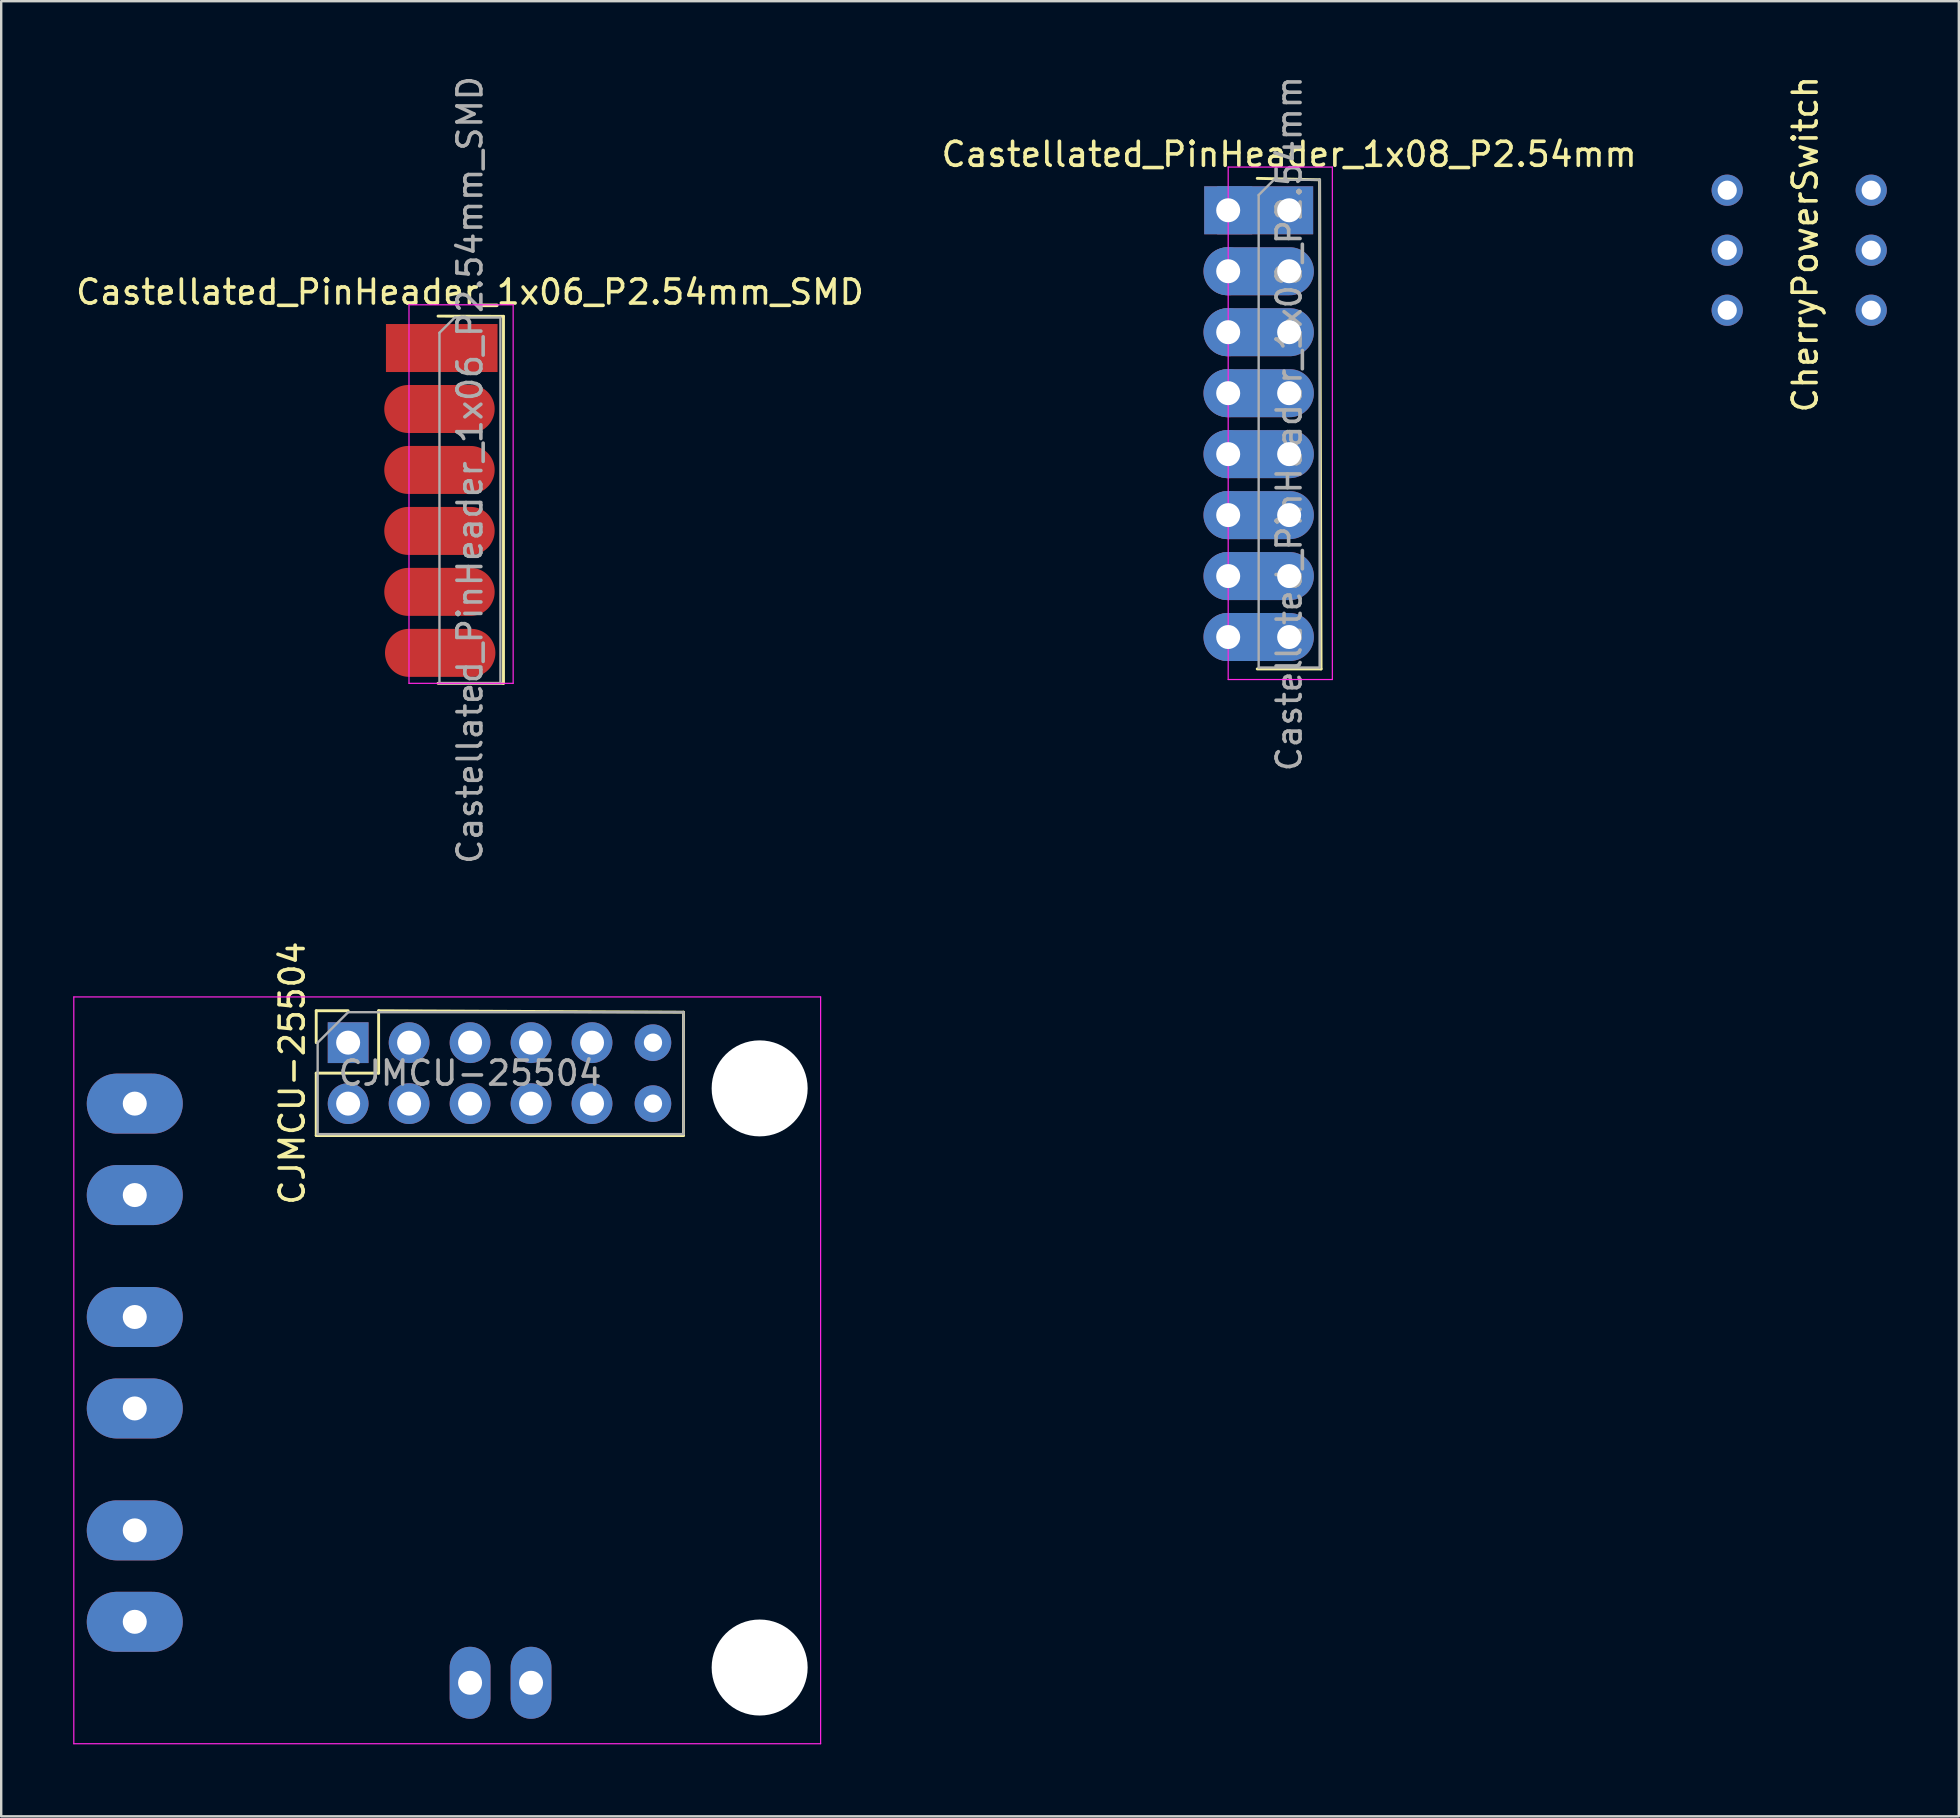
<source format=kicad_pcb>
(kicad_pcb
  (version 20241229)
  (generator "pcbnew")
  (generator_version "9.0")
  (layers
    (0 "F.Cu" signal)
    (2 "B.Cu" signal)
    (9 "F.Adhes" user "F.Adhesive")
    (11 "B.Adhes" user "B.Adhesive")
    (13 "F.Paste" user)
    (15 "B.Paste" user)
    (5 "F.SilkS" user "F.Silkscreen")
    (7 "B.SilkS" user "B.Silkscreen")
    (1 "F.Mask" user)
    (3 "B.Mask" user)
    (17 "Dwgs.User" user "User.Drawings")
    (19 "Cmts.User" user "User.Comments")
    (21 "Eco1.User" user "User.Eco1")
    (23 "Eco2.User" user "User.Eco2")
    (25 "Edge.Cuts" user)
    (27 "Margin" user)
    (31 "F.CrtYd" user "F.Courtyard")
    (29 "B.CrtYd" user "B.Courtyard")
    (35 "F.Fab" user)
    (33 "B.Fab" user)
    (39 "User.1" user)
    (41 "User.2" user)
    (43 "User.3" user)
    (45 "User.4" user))
  (footprint "Castellated_PinHeader_1x08_P2.54mm"
    (layer "F.Cu")
    (at 50.661 5.711)
    (property "Reference" "Castellated_PinHeader_1x08_P2.54mm" (at 0 -2.33 0) (layer "F.SilkS") (effects (font (size 1 1) (thickness 0.15))))
    (attr through_hole)
    (fp_line (start -1.33 -1.33) (end 1.27 -1.27) (stroke (width 0.12) (type solid)) (layer "F.SilkS"))
    (fp_line (start -1.33 19.11) (end 1.33 19.11) (stroke (width 0.12) (type solid)) (layer "F.SilkS"))
    (fp_line (start 1.27 -1.27) (end 1.33 19.11) (stroke (width 0.12) (type solid)) (layer "F.SilkS"))
    (fp_line (start -2.54 -1.8) (end -2.54 19.55) (stroke (width 0.05) (type solid)) (layer "F.CrtYd"))
    (fp_line (start -2.54 19.55) (end 1.8 19.55) (stroke (width 0.05) (type solid)) (layer "F.CrtYd"))
    (fp_line (start 1.8 -1.8) (end -2.54 -1.8) (stroke (width 0.05) (type solid)) (layer "F.CrtYd"))
    (fp_line (start 1.8 19.55) (end 1.8 -1.8) (stroke (width 0.05) (type solid)) (layer "F.CrtYd"))
    (fp_line (start -1.27 -0.635) (end -0.635 -1.27) (stroke (width 0.1) (type solid)) (layer "F.Fab"))
    (fp_line (start -1.27 19.05) (end -1.27 -0.635) (stroke (width 0.1) (type solid)) (layer "F.Fab"))
    (fp_line (start -0.635 -1.27) (end 1.27 -1.27) (stroke (width 0.1) (type solid)) (layer "F.Fab"))
    (fp_line (start 1.27 -1.27) (end 1.27 19.05) (stroke (width 0.1) (type solid)) (layer "F.Fab"))
    (fp_line (start 1.27 19.05) (end -1.27 19.05) (stroke (width 0.1) (type solid)) (layer "F.Fab"))
    (fp_text user "${REFERENCE}" (at 0 8.89 90) (layer "F.Fab") (effects (font (size 1 1) (thickness 0.15))))
    (pad "1" thru_hole rect (at -2.54 0) (size 2 2) (drill 1) (layers "*.Cu" "*.Mask"))
    (pad "1" thru_hole rect (at 0 0) (size 4 2) (drill 1 (offset -1 0)) (layers "*.Cu" "*.Mask"))
    (pad "2" thru_hole oval (at -2.54 2.54) (size 2 2) (drill 1) (layers "*.Cu" "*.Mask"))
    (pad "2" thru_hole oval (at 0 2.54) (size 4.6 2) (drill 1 (offset -1.27 0)) (layers "*.Cu" "*.Mask"))
    (pad "3" thru_hole oval (at -2.54 5.08) (size 2 2) (drill 1) (layers "*.Cu" "*.Mask"))
    (pad "3" thru_hole oval (at 0 5.08) (size 4.6 2) (drill 1 (offset -1.27 0)) (layers "*.Cu" "*.Mask"))
    (pad "4" thru_hole oval (at -2.54 7.62) (size 2 2) (drill 1) (layers "*.Cu" "*.Mask"))
    (pad "4" thru_hole oval (at 0 7.62) (size 4.6 2) (drill 1 (offset -1.27 0)) (layers "*.Cu" "*.Mask"))
    (pad "5" thru_hole oval (at -2.54 10.16) (size 2 2) (drill 1) (layers "*.Cu" "*.Mask"))
    (pad "5" thru_hole oval (at 0 10.16) (size 4.6 2) (drill 1 (offset -1.27 0)) (layers "*.Cu" "*.Mask"))
    (pad "6" thru_hole oval (at -2.54 12.7) (size 2 2) (drill 1) (layers "*.Cu" "*.Mask"))
    (pad "6" thru_hole oval (at 0 12.7) (size 4.6 2) (drill 1 (offset -1.27 0)) (layers "*.Cu" "*.Mask"))
    (pad "7" thru_hole oval (at -2.54 15.24) (size 2 2) (drill 1) (layers "*.Cu" "*.Mask"))
    (pad "7" thru_hole oval (at 0 15.24) (size 4.6 2) (drill 1 (offset -1.27 0)) (layers "*.Cu" "*.Mask"))
    (pad "8" thru_hole oval (at -2.54 17.78) (size 2 2) (drill 1) (layers "*.Cu" "*.Mask"))
    (pad "8" thru_hole oval (at 0 17.78) (size 4.6 2) (drill 1 (offset -1.27 0)) (layers "*.Cu" "*.Mask")))
  (footprint "CJMCU-25504"
    (layer "F.Cu")
    (at 15.9 54.361)
    (property "Reference" "CJMCU-25504" (at -6.775 -12.7 270) (layer "F.SilkS") (effects (font (size 1 1) (thickness 0.15))))
    (attr through_hole)
    (fp_line (start -5.775 -15.3) (end -5.775 -13.97) (stroke (width 0.12) (type solid)) (layer "F.SilkS"))
    (fp_line (start -5.775 -12.7) (end -5.775 -10.1) (stroke (width 0.12) (type solid)) (layer "F.SilkS"))
    (fp_line (start -5.775 -10.1) (end 9.525 -10.1) (stroke (width 0.12) (type solid)) (layer "F.SilkS"))
    (fp_line (start -4.445 -15.3) (end -5.775 -15.3) (stroke (width 0.12) (type solid)) (layer "F.SilkS"))
    (fp_line (start -3.175 -15.3) (end -3.175 -12.7) (stroke (width 0.12) (type solid)) (layer "F.SilkS"))
    (fp_line (start -3.175 -15.3) (end 9.525 -15.24) (stroke (width 0.12) (type solid)) (layer "F.SilkS"))
    (fp_line (start -3.175 -12.7) (end -5.775 -12.7) (stroke (width 0.12) (type solid)) (layer "F.SilkS"))
    (fp_line (start 9.525 -15.24) (end 9.525 -10.1) (stroke (width 0.12) (type solid)) (layer "F.SilkS"))
    (fp_line (start -15.875 -15.875) (end 15.24 -15.875) (stroke (width 0.05) (type solid)) (layer "F.CrtYd"))
    (fp_line (start -15.875 15.24) (end -15.875 -15.875) (stroke (width 0.05) (type solid)) (layer "F.CrtYd"))
    (fp_line (start 15.24 -15.875) (end 15.24 15.24) (stroke (width 0.05) (type solid)) (layer "F.CrtYd"))
    (fp_line (start 15.24 15.24) (end -15.875 15.24) (stroke (width 0.05) (type solid)) (layer "F.CrtYd"))
    (fp_line (start -5.715 -13.97) (end -5.715 -10.16) (stroke (width 0.1) (type solid)) (layer "F.Fab"))
    (fp_line (start -5.715 -10.16) (end 9.525 -10.16) (stroke (width 0.1) (type solid)) (layer "F.Fab"))
    (fp_line (start -4.445 -15.24) (end -5.715 -13.97) (stroke (width 0.1) (type solid)) (layer "F.Fab"))
    (fp_line (start 9.525 -15.24) (end -4.445 -15.24) (stroke (width 0.1) (type solid)) (layer "F.Fab"))
    (fp_line (start 9.525 -10.16) (end 9.525 -15.24) (stroke (width 0.1) (type solid)) (layer "F.Fab"))
    (fp_text user "${REFERENCE}" (at 0.635 -12.7 0) (layer "F.Fab") (effects (font (size 1 1) (thickness 0.15))))
    (pad "" np_thru_hole circle (at 12.7 -12.065 180) (size 4 4) (drill 4) (layers "*.Cu" "*.Mask"))
    (pad "" np_thru_hole circle (at 12.7 12.065 180) (size 4 4) (drill 4) (layers "*.Cu" "*.Mask"))
    (pad "1" thru_hole rect (at -4.445 -13.97 90) (size 1.7 1.7) (drill 1) (layers "*.Cu" "*.Mask"))
    (pad "2" thru_hole oval (at -4.445 -11.43 90) (size 1.7 1.7) (drill 1) (layers "*.Cu" "*.Mask"))
    (pad "3" thru_hole oval (at -1.905 -13.97 90) (size 1.7 1.7) (drill 1) (layers "*.Cu" "*.Mask"))
    (pad "4" thru_hole oval (at -1.905 -11.43 90) (size 1.7 1.7) (drill 1) (layers "*.Cu" "*.Mask"))
    (pad "5" thru_hole oval (at 0.635 -13.97 90) (size 1.7 1.7) (drill 1) (layers "*.Cu" "*.Mask"))
    (pad "6" thru_hole oval (at 0.635 -11.43 90) (size 1.7 1.7) (drill 1) (layers "*.Cu" "*.Mask"))
    (pad "7" thru_hole oval (at 3.175 -13.97 90) (size 1.7 1.7) (drill 1) (layers "*.Cu" "*.Mask"))
    (pad "8" thru_hole oval (at 3.175 -11.43 90) (size 1.7 1.7) (drill 1) (layers "*.Cu" "*.Mask"))
    (pad "9" thru_hole oval (at 5.715 -13.97 90) (size 1.7 1.7) (drill 1) (layers "*.Cu" "*.Mask"))
    (pad "10" thru_hole oval (at 5.715 -11.43 90) (size 1.7 1.7) (drill 1) (layers "*.Cu" "*.Mask"))
    (pad "11" thru_hole circle (at 8.255 -13.97 180) (size 1.524 1.524) (drill 0.762) (layers "*.Cu" "*.Mask"))
    (pad "12" thru_hole circle (at 8.255 -11.43 180) (size 1.524 1.524) (drill 0.762) (layers "*.Cu" "*.Mask"))
    (pad "13" thru_hole oval (at 0.635 12.7 180) (size 1.7 3) (drill 1) (layers "*.Cu" "*.Mask"))
    (pad "14" thru_hole oval (at 3.175 12.7 180) (size 1.7 3) (drill 1) (layers "*.Cu" "*.Mask"))
    (pad "15" thru_hole oval (at -13.335 -11.43 180) (size 4 2.5) (drill 1) (layers "*.Cu" "*.Mask"))
    (pad "16" thru_hole oval (at -13.335 -7.62 180) (size 4 2.5) (drill 1) (layers "*.Cu" "*.Mask"))
    (pad "17" thru_hole oval (at -13.335 -2.54 180) (size 4 2.5) (drill 1) (layers "*.Cu" "*.Mask"))
    (pad "18" thru_hole oval (at -13.335 1.27 180) (size 4 2.5) (drill 1) (layers "*.Cu" "*.Mask"))
    (pad "19" thru_hole oval (at -13.335 6.35 180) (size 4 2.5) (drill 1) (layers "*.Cu" "*.Mask"))
    (pad "20" thru_hole oval (at -13.335 10.16 180) (size 4 2.5) (drill 1) (layers "*.Cu" "*.Mask")))
  (footprint "CherryPowerSwitch"
    (layer "F.Cu")
    (at 68.912 9.875)
    (property "Reference" "CherryPowerSwitch" (at 3.25 -2.75 90) (layer "F.SilkS") (effects (font (size 1 1) (thickness 0.15))))
    (attr through_hole)
    (pad "1" thru_hole circle (at 0 0) (size 1.3 1.3) (drill 0.8) (layers "*.Cu" "*.Mask"))
    (pad "1" thru_hole circle (at 6 0) (size 1.3 1.3) (drill 0.8) (layers "*.Cu" "*.Mask"))
    (pad "2" thru_hole circle (at 0 -2.5) (size 1.3 1.3) (drill 0.8) (layers "*.Cu" "*.Mask"))
    (pad "2" thru_hole circle (at 6 -2.5) (size 1.3 1.3) (drill 0.8) (layers "*.Cu" "*.Mask"))
    (pad "3" thru_hole circle (at 0 -5) (size 1.3 1.3) (drill 0.8) (layers "*.Cu" "*.Mask"))
    (pad "3" thru_hole circle (at 6 -5) (size 1.3 1.3) (drill 0.8) (layers "*.Cu" "*.Mask")))
  (footprint "Castellated_PinHeader_1x06_P2.54mm_SMD"
    (layer "F.Cu")
    (at 16.53 11.45)
    (property "Reference" "Castellated_PinHeader_1x06_P2.54mm_SMD" (at 0 -2.33 0) (layer "F.SilkS") (effects (font (size 1 1) (thickness 0.15))))
    (attr through_hole)
    (fp_line (start -1.33 -1.33) (end 1.397 -1.321) (stroke (width 0.12) (type solid)) (layer "F.SilkS"))
    (fp_line (start -1.33 13.97) (end 1.397 13.97) (stroke (width 0.12) (type solid)) (layer "F.SilkS"))
    (fp_line (start 1.397 -1.321) (end 1.397 13.97) (stroke (width 0.12) (type solid)) (layer "F.SilkS"))
    (fp_line (start -2.54 -1.8) (end -2.54 13.97) (stroke (width 0.05) (type solid)) (layer "F.CrtYd"))
    (fp_line (start -2.54 13.97) (end 1.8 13.97) (stroke (width 0.05) (type solid)) (layer "F.CrtYd"))
    (fp_line (start 1.8 -1.8) (end -2.54 -1.8) (stroke (width 0.05) (type solid)) (layer "F.CrtYd"))
    (fp_line (start 1.8 13.97) (end 1.8 -1.8) (stroke (width 0.05) (type solid)) (layer "F.CrtYd"))
    (fp_line (start -1.27 -0.635) (end -0.635 -1.27) (stroke (width 0.1) (type solid)) (layer "F.Fab"))
    (fp_line (start -1.27 13.97) (end -1.27 -0.635) (stroke (width 0.1) (type solid)) (layer "F.Fab"))
    (fp_line (start -0.635 -1.27) (end 1.27 -1.27) (stroke (width 0.1) (type solid)) (layer "F.Fab"))
    (fp_line (start 1.27 -1.27) (end 1.27 13.97) (stroke (width 0.1) (type solid)) (layer "F.Fab"))
    (fp_line (start 1.27 13.97) (end -1.27 13.97) (stroke (width 0.1) (type solid)) (layer "F.Fab"))
    (fp_text user "${REFERENCE}" (at 0 5.08 90) (layer "F.Fab") (effects (font (size 1 1) (thickness 0.15))))
    (pad "1" smd rect (at 0 0) (size 4.65 2) (drill (offset -1.175 0)) (layers "F.Cu" "F.Mask" "F.Paste"))
    (pad "2" smd oval (at 0 2.54) (size 4.6 2) (drill (offset -1.27 0)) (layers "F.Cu" "F.Mask" "F.Paste"))
    (pad "3" smd oval (at 0 5.08) (size 4.6 2) (drill (offset -1.27 0)) (layers "F.Cu" "F.Mask" "F.Paste"))
    (pad "4" smd oval (at 0 7.62) (size 4.6 2) (drill (offset -1.27 0)) (layers "F.Cu" "F.Mask" "F.Paste"))
    (pad "5" smd oval (at 0 10.16) (size 4.6 2) (drill (offset -1.27 0)) (layers "F.Cu" "F.Mask" "F.Paste"))
    (pad "6" smd oval (at 0.03 12.7) (size 4.6 2) (drill (offset -1.27 0)) (layers "F.Cu" "F.Mask" "F.Paste")))
  (gr_rect
    (start -3 -3)
    (end 78.562 72.626)
    (stroke (width 0.1) (type default))
    (fill no)
    (layer "Edge.Cuts")))
</source>
